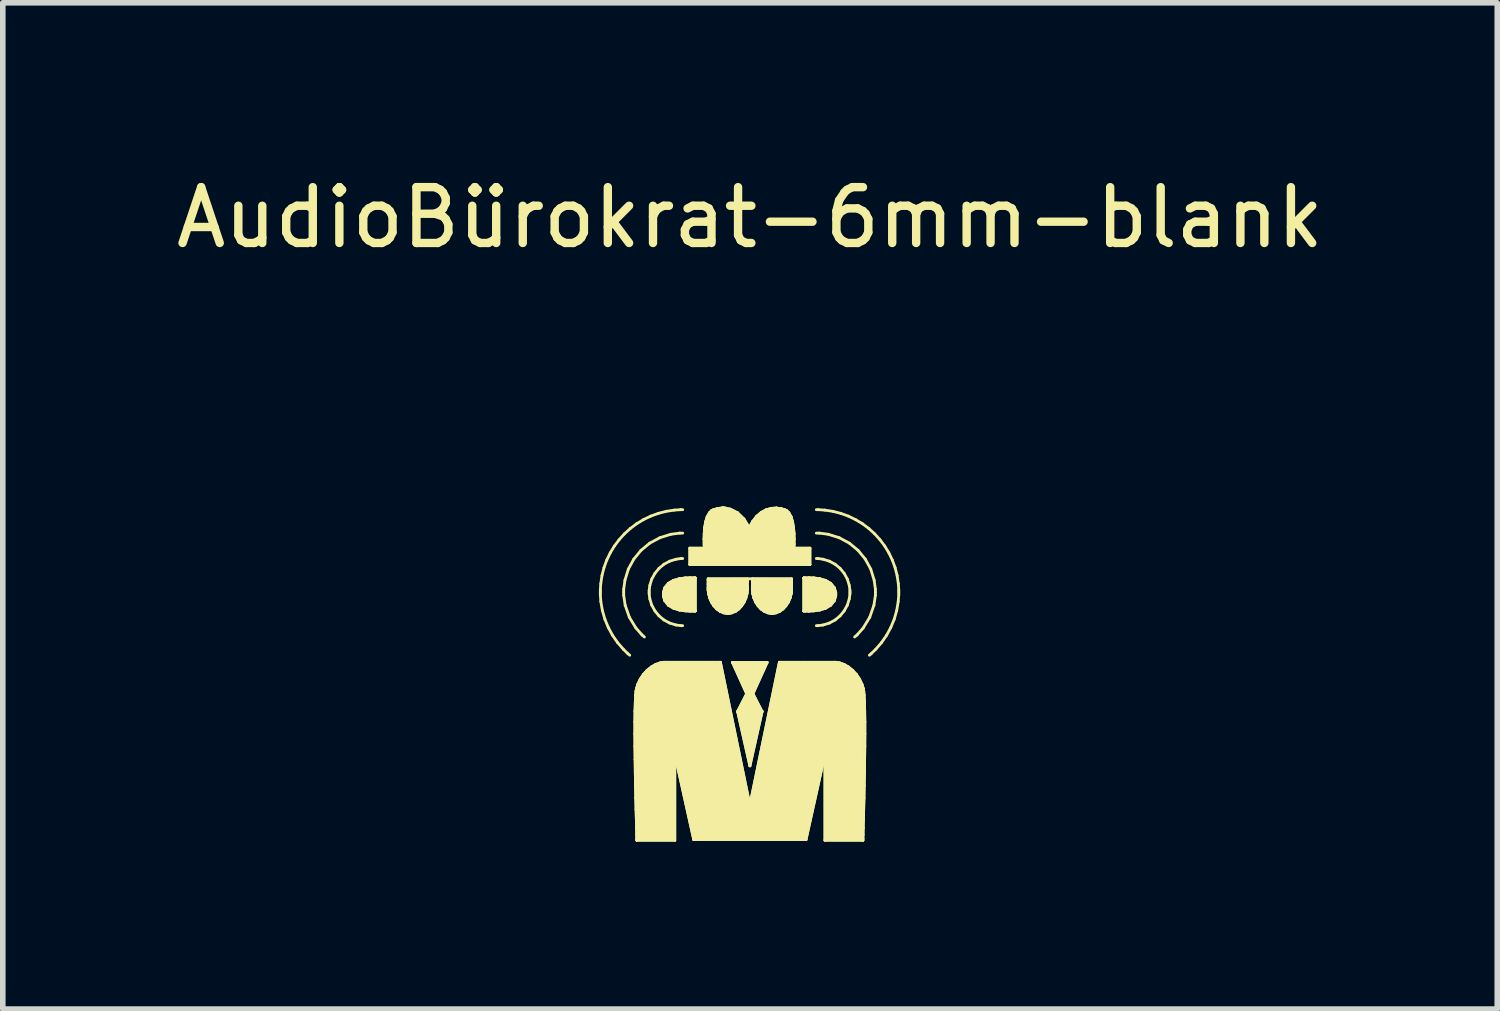
<source format=kicad_pcb>
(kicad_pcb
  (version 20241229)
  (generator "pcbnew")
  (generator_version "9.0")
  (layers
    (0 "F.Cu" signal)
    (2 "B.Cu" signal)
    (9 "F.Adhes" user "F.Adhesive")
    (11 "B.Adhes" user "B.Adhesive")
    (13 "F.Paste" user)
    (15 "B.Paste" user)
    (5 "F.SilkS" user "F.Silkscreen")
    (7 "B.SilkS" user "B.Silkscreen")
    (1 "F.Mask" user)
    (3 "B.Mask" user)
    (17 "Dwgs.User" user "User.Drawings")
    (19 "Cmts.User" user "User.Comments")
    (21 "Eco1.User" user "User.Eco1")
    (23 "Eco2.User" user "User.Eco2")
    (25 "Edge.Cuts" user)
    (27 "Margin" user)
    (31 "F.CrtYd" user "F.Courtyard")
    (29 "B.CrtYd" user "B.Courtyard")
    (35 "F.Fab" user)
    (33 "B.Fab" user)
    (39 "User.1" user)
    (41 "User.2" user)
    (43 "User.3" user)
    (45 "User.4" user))
  (footprint "AudioBürokrat-6mm-blank"
    (layer "F.Cu")
    (at 10.387 9.738)
    (property "Reference" "AudioBürokrat-6mm-blank" (at 0 -8.89 0) (layer "F.SilkS") (effects (font (size 1 1) (thickness 0.15))))
    (attr through_hole)
    (fp_line (start -2.682 -2.218) (end -2.674 -2.331) (stroke (width 0.05) (type solid)) (layer "F.SilkS"))
    (fp_line (start -2.682 -2.18) (end -2.682 -2.218) (stroke (width 0.05) (type solid)) (layer "F.SilkS"))
    (fp_line (start -2.682 -2.138) (end -2.682 -2.18) (stroke (width 0.05) (type solid)) (layer "F.SilkS"))
    (fp_line (start -2.674 -2.331) (end -2.652 -2.478) (stroke (width 0.05) (type solid)) (layer "F.SilkS"))
    (fp_line (start -2.673 -2.012) (end -2.682 -2.138) (stroke (width 0.05) (type solid)) (layer "F.SilkS"))
    (fp_line (start -2.652 -2.478) (end -2.616 -2.619) (stroke (width 0.05) (type solid)) (layer "F.SilkS"))
    (fp_line (start -2.645 -1.85) (end -2.673 -2.012) (stroke (width 0.05) (type solid)) (layer "F.SilkS"))
    (fp_line (start -2.616 -2.619) (end -2.566 -2.755) (stroke (width 0.05) (type solid)) (layer "F.SilkS"))
    (fp_line (start -2.6 -1.694) (end -2.645 -1.85) (stroke (width 0.05) (type solid)) (layer "F.SilkS"))
    (fp_line (start -2.566 -2.755) (end -2.504 -2.884) (stroke (width 0.05) (type solid)) (layer "F.SilkS"))
    (fp_line (start -2.539 -1.546) (end -2.6 -1.694) (stroke (width 0.05) (type solid)) (layer "F.SilkS"))
    (fp_line (start -2.504 -2.884) (end -2.43 -3.006) (stroke (width 0.05) (type solid)) (layer "F.SilkS"))
    (fp_line (start -2.463 -1.406) (end -2.539 -1.546) (stroke (width 0.05) (type solid)) (layer "F.SilkS"))
    (fp_line (start -2.43 -3.006) (end -2.345 -3.119) (stroke (width 0.05) (type solid)) (layer "F.SilkS"))
    (fp_line (start -2.373 -1.276) (end -2.463 -1.406) (stroke (width 0.05) (type solid)) (layer "F.SilkS"))
    (fp_line (start -2.345 -3.119) (end -2.25 -3.224) (stroke (width 0.05) (type solid)) (layer "F.SilkS"))
    (fp_line (start -2.27 -1.157) (end -2.373 -1.276) (stroke (width 0.05) (type solid)) (layer "F.SilkS"))
    (fp_line (start -2.263 -2.233) (end -2.241 -2.393) (stroke (width 0.05) (type solid)) (layer "F.SilkS"))
    (fp_line (start -2.263 -2.18) (end -2.263 -2.233) (stroke (width 0.05) (type solid)) (layer "F.SilkS"))
    (fp_line (start -2.263 -2.122) (end -2.263 -2.18) (stroke (width 0.05) (type solid)) (layer "F.SilkS"))
    (fp_line (start -2.25 -3.224) (end -2.145 -3.32) (stroke (width 0.05) (type solid)) (layer "F.SilkS"))
    (fp_line (start -2.241 -2.393) (end -2.18 -2.592) (stroke (width 0.05) (type solid)) (layer "F.SilkS"))
    (fp_line (start -2.237 -1.946) (end -2.263 -2.122) (stroke (width 0.05) (type solid)) (layer "F.SilkS"))
    (fp_line (start -2.185 -1.074) (end -2.27 -1.157) (stroke (width 0.05) (type solid)) (layer "F.SilkS"))
    (fp_line (start -2.18 -2.592) (end -2.082 -2.771) (stroke (width 0.05) (type solid)) (layer "F.SilkS"))
    (fp_line (start -2.162 -1.73) (end -2.237 -1.946) (stroke (width 0.05) (type solid)) (layer "F.SilkS"))
    (fp_line (start -2.155 -1.049) (end -2.185 -1.074) (stroke (width 0.05) (type solid)) (layer "F.SilkS"))
    (fp_line (start -2.145 -3.32) (end -2.031 -3.405) (stroke (width 0.05) (type solid)) (layer "F.SilkS"))
    (fp_line (start -2.082 -2.771) (end -1.953 -2.928) (stroke (width 0.05) (type solid)) (layer "F.SilkS"))
    (fp_line (start -2.062 0.356) (end -2.061 0.582) (stroke (width 0.05) (type solid)) (layer "F.SilkS"))
    (fp_line (start -2.062 0.356) (end -2.061 0.582) (stroke (width 0.05) (type solid)) (layer "F.SilkS"))
    (fp_line (start -2.062 0.145) (end -2.062 0.356) (stroke (width 0.05) (type solid)) (layer "F.SilkS"))
    (fp_line (start -2.062 0.145) (end -2.062 0.356) (stroke (width 0.05) (type solid)) (layer "F.SilkS"))
    (fp_line (start -2.061 0.582) (end -2.058 0.816) (stroke (width 0.05) (type solid)) (layer "F.SilkS"))
    (fp_line (start -2.061 0.582) (end -2.058 0.816) (stroke (width 0.05) (type solid)) (layer "F.SilkS"))
    (fp_line (start -2.06 -0.045) (end -2.062 0.145) (stroke (width 0.05) (type solid)) (layer "F.SilkS"))
    (fp_line (start -2.06 -0.045) (end -2.062 0.145) (stroke (width 0.05) (type solid)) (layer "F.SilkS"))
    (fp_line (start -2.058 0.816) (end -2.055 1.052) (stroke (width 0.05) (type solid)) (layer "F.SilkS"))
    (fp_line (start -2.058 0.816) (end -2.055 1.052) (stroke (width 0.05) (type solid)) (layer "F.SilkS"))
    (fp_line (start -2.055 -0.207) (end -2.06 -0.045) (stroke (width 0.05) (type solid)) (layer "F.SilkS"))
    (fp_line (start -2.055 -0.207) (end -2.06 -0.045) (stroke (width 0.05) (type solid)) (layer "F.SilkS"))
    (fp_line (start -2.055 1.052) (end -2.051 1.285) (stroke (width 0.05) (type solid)) (layer "F.SilkS"))
    (fp_line (start -2.055 1.052) (end -2.051 1.285) (stroke (width 0.05) (type solid)) (layer "F.SilkS"))
    (fp_line (start -2.051 1.285) (end -2.046 1.507) (stroke (width 0.05) (type solid)) (layer "F.SilkS"))
    (fp_line (start -2.051 1.285) (end -2.046 1.507) (stroke (width 0.05) (type solid)) (layer "F.SilkS"))
    (fp_line (start -2.048 -0.336) (end -2.055 -0.207) (stroke (width 0.05) (type solid)) (layer "F.SilkS"))
    (fp_line (start -2.048 -0.336) (end -2.055 -0.207) (stroke (width 0.05) (type solid)) (layer "F.SilkS"))
    (fp_line (start -2.046 1.507) (end -2.041 1.712) (stroke (width 0.05) (type solid)) (layer "F.SilkS"))
    (fp_line (start -2.046 1.507) (end -2.041 1.712) (stroke (width 0.05) (type solid)) (layer "F.SilkS"))
    (fp_line (start -2.045 -1.538) (end -2.162 -1.73) (stroke (width 0.05) (type solid)) (layer "F.SilkS"))
    (fp_line (start -2.042 -0.402) (end -2.048 -0.336) (stroke (width 0.05) (type solid)) (layer "F.SilkS"))
    (fp_line (start -2.042 -0.402) (end -2.048 -0.336) (stroke (width 0.05) (type solid)) (layer "F.SilkS"))
    (fp_line (start -2.041 1.712) (end -2.036 1.894) (stroke (width 0.05) (type solid)) (layer "F.SilkS"))
    (fp_line (start -2.041 1.712) (end -2.036 1.894) (stroke (width 0.05) (type solid)) (layer "F.SilkS"))
    (fp_line (start -2.038 -0.424) (end -2.042 -0.402) (stroke (width 0.05) (type solid)) (layer "F.SilkS"))
    (fp_line (start -2.038 -0.424) (end -2.042 -0.402) (stroke (width 0.05) (type solid)) (layer "F.SilkS"))
    (fp_line (start -2.036 1.894) (end -2.032 2.047) (stroke (width 0.05) (type solid)) (layer "F.SilkS"))
    (fp_line (start -2.036 1.894) (end -2.032 2.047) (stroke (width 0.05) (type solid)) (layer "F.SilkS"))
    (fp_line (start -2.034 -0.45) (end -2.038 -0.424) (stroke (width 0.05) (type solid)) (layer "F.SilkS"))
    (fp_line (start -2.034 -0.45) (end -2.038 -0.424) (stroke (width 0.05) (type solid)) (layer "F.SilkS"))
    (fp_line (start -2.032 2.047) (end -2.029 2.164) (stroke (width 0.05) (type solid)) (layer "F.SilkS"))
    (fp_line (start -2.032 2.047) (end -2.029 2.164) (stroke (width 0.05) (type solid)) (layer "F.SilkS"))
    (fp_line (start -2.031 -3.405) (end -1.91 -3.478) (stroke (width 0.05) (type solid)) (layer "F.SilkS"))
    (fp_line (start -2.029 2.164) (end -2.027 2.238) (stroke (width 0.05) (type solid)) (layer "F.SilkS"))
    (fp_line (start -2.029 2.164) (end -2.027 2.238) (stroke (width 0.05) (type solid)) (layer "F.SilkS"))
    (fp_line (start -2.027 2.238) (end -2.026 2.265) (stroke (width 0.05) (type solid)) (layer "F.SilkS"))
    (fp_line (start -2.027 2.238) (end -2.026 2.265) (stroke (width 0.05) (type solid)) (layer "F.SilkS"))
    (fp_line (start -2.026 2.265) (end -2.026 2.265) (stroke (width 0.05) (type solid)) (layer "F.SilkS"))
    (fp_line (start -2.026 2.265) (end -2.026 2.265) (stroke (width 0.05) (type solid)) (layer "F.SilkS"))
    (fp_line (start -2.026 2.265) (end -1.348 2.265) (stroke (width 0.05) (type solid)) (layer "F.SilkS"))
    (fp_line (start -2.026 2.265) (end -1.348 2.265) (stroke (width 0.05) (type solid)) (layer "F.SilkS"))
    (fp_line (start -2.011 -0.525) (end -2.034 -0.45) (stroke (width 0.05) (type solid)) (layer "F.SilkS"))
    (fp_line (start -2.011 -0.525) (end -2.034 -0.45) (stroke (width 0.05) (type solid)) (layer "F.SilkS"))
    (fp_line (start -1.967 -0.619) (end -2.011 -0.525) (stroke (width 0.05) (type solid)) (layer "F.SilkS"))
    (fp_line (start -1.967 -0.619) (end -2.011 -0.525) (stroke (width 0.05) (type solid)) (layer "F.SilkS"))
    (fp_line (start -1.953 -2.928) (end -1.797 -3.057) (stroke (width 0.05) (type solid)) (layer "F.SilkS"))
    (fp_line (start -1.934 -1.412) (end -2.045 -1.538) (stroke (width 0.05) (type solid)) (layer "F.SilkS"))
    (fp_line (start -1.91 -0.704) (end -1.967 -0.619) (stroke (width 0.05) (type solid)) (layer "F.SilkS"))
    (fp_line (start -1.91 -0.704) (end -1.967 -0.619) (stroke (width 0.05) (type solid)) (layer "F.SilkS"))
    (fp_line (start -1.91 -3.478) (end -1.78 -3.541) (stroke (width 0.05) (type solid)) (layer "F.SilkS"))
    (fp_line (start -1.892 -1.376) (end -1.934 -1.412) (stroke (width 0.05) (type solid)) (layer "F.SilkS"))
    (fp_line (start -1.843 -0.778) (end -1.91 -0.704) (stroke (width 0.05) (type solid)) (layer "F.SilkS"))
    (fp_line (start -1.843 -0.778) (end -1.91 -0.704) (stroke (width 0.05) (type solid)) (layer "F.SilkS"))
    (fp_line (start -1.807 -2.21) (end -1.795 -2.301) (stroke (width 0.05) (type solid)) (layer "F.SilkS"))
    (fp_line (start -1.807 -2.18) (end -1.807 -2.21) (stroke (width 0.05) (type solid)) (layer "F.SilkS"))
    (fp_line (start -1.807 -2.15) (end -1.807 -2.18) (stroke (width 0.05) (type solid)) (layer "F.SilkS"))
    (fp_line (start -1.797 -3.057) (end -1.617 -3.154) (stroke (width 0.05) (type solid)) (layer "F.SilkS"))
    (fp_line (start -1.795 -2.301) (end -1.76 -2.414) (stroke (width 0.05) (type solid)) (layer "F.SilkS"))
    (fp_line (start -1.795 -2.059) (end -1.807 -2.15) (stroke (width 0.05) (type solid)) (layer "F.SilkS"))
    (fp_line (start -1.78 -3.541) (end -1.645 -3.59) (stroke (width 0.05) (type solid)) (layer "F.SilkS"))
    (fp_line (start -1.767 -0.838) (end -1.843 -0.778) (stroke (width 0.05) (type solid)) (layer "F.SilkS"))
    (fp_line (start -1.767 -0.838) (end -1.843 -0.778) (stroke (width 0.05) (type solid)) (layer "F.SilkS"))
    (fp_line (start -1.76 -2.414) (end -1.704 -2.516) (stroke (width 0.05) (type solid)) (layer "F.SilkS"))
    (fp_line (start -1.76 -1.946) (end -1.795 -2.059) (stroke (width 0.05) (type solid)) (layer "F.SilkS"))
    (fp_line (start -1.704 -2.516) (end -1.631 -2.605) (stroke (width 0.05) (type solid)) (layer "F.SilkS"))
    (fp_line (start -1.704 -1.844) (end -1.76 -1.946) (stroke (width 0.05) (type solid)) (layer "F.SilkS"))
    (fp_line (start -1.688 -0.884) (end -1.767 -0.838) (stroke (width 0.05) (type solid)) (layer "F.SilkS"))
    (fp_line (start -1.688 -0.884) (end -1.767 -0.838) (stroke (width 0.05) (type solid)) (layer "F.SilkS"))
    (fp_line (start -1.645 -3.59) (end -1.503 -3.627) (stroke (width 0.05) (type solid)) (layer "F.SilkS"))
    (fp_line (start -1.631 -2.605) (end -1.542 -2.679) (stroke (width 0.05) (type solid)) (layer "F.SilkS"))
    (fp_line (start -1.631 -1.755) (end -1.704 -1.844) (stroke (width 0.05) (type solid)) (layer "F.SilkS"))
    (fp_line (start -1.617 -3.154) (end -1.419 -3.216) (stroke (width 0.05) (type solid)) (layer "F.SilkS"))
    (fp_line (start -1.607 -0.912) (end -1.688 -0.884) (stroke (width 0.05) (type solid)) (layer "F.SilkS"))
    (fp_line (start -1.607 -0.912) (end -1.688 -0.884) (stroke (width 0.05) (type solid)) (layer "F.SilkS"))
    (fp_line (start -1.552 -2.171) (end -1.527 -2.256) (stroke (width 0.05) (type solid)) (layer "F.SilkS"))
    (fp_line (start -1.552 -2.171) (end -1.527 -2.256) (stroke (width 0.05) (type solid)) (layer "F.SilkS"))
    (fp_line (start -1.552 -2.142) (end -1.552 -2.171) (stroke (width 0.05) (type solid)) (layer "F.SilkS"))
    (fp_line (start -1.552 -2.142) (end -1.552 -2.171) (stroke (width 0.05) (type solid)) (layer "F.SilkS"))
    (fp_line (start -1.552 -2.114) (end -1.552 -2.142) (stroke (width 0.05) (type solid)) (layer "F.SilkS"))
    (fp_line (start -1.552 -2.114) (end -1.552 -2.142) (stroke (width 0.05) (type solid)) (layer "F.SilkS"))
    (fp_line (start -1.548 -0.922) (end -1.607 -0.912) (stroke (width 0.05) (type solid)) (layer "F.SilkS"))
    (fp_line (start -1.548 -0.922) (end -1.607 -0.912) (stroke (width 0.05) (type solid)) (layer "F.SilkS"))
    (fp_line (start -1.542 -2.679) (end -1.44 -2.734) (stroke (width 0.05) (type solid)) (layer "F.SilkS"))
    (fp_line (start -1.542 -1.681) (end -1.631 -1.755) (stroke (width 0.05) (type solid)) (layer "F.SilkS"))
    (fp_line (start -1.528 -0.922) (end -1.548 -0.922) (stroke (width 0.05) (type solid)) (layer "F.SilkS"))
    (fp_line (start -1.528 -0.922) (end -1.548 -0.922) (stroke (width 0.05) (type solid)) (layer "F.SilkS"))
    (fp_line (start -1.527 -2.256) (end -1.463 -2.336) (stroke (width 0.05) (type solid)) (layer "F.SilkS"))
    (fp_line (start -1.527 -2.256) (end -1.463 -2.336) (stroke (width 0.05) (type solid)) (layer "F.SilkS"))
    (fp_line (start -1.527 -2.028) (end -1.552 -2.114) (stroke (width 0.05) (type solid)) (layer "F.SilkS"))
    (fp_line (start -1.527 -2.028) (end -1.552 -2.114) (stroke (width 0.05) (type solid)) (layer "F.SilkS"))
    (fp_line (start -1.505 -0.922) (end -1.528 -0.922) (stroke (width 0.05) (type solid)) (layer "F.SilkS"))
    (fp_line (start -1.505 -0.922) (end -1.528 -0.922) (stroke (width 0.05) (type solid)) (layer "F.SilkS"))
    (fp_line (start -1.503 -3.627) (end -1.357 -3.649) (stroke (width 0.05) (type solid)) (layer "F.SilkS"))
    (fp_line (start -1.463 -2.336) (end -1.371 -2.389) (stroke (width 0.05) (type solid)) (layer "F.SilkS"))
    (fp_line (start -1.463 -2.336) (end -1.371 -2.389) (stroke (width 0.05) (type solid)) (layer "F.SilkS"))
    (fp_line (start -1.463 -1.947) (end -1.527 -2.028) (stroke (width 0.05) (type solid)) (layer "F.SilkS"))
    (fp_line (start -1.463 -1.947) (end -1.527 -2.028) (stroke (width 0.05) (type solid)) (layer "F.SilkS"))
    (fp_line (start -1.44 -2.734) (end -1.327 -2.769) (stroke (width 0.05) (type solid)) (layer "F.SilkS"))
    (fp_line (start -1.44 -1.626) (end -1.542 -1.681) (stroke (width 0.05) (type solid)) (layer "F.SilkS"))
    (fp_line (start -1.437 -0.922) (end -1.505 -0.922) (stroke (width 0.05) (type solid)) (layer "F.SilkS"))
    (fp_line (start -1.437 -0.922) (end -1.505 -0.922) (stroke (width 0.05) (type solid)) (layer "F.SilkS"))
    (fp_line (start -1.419 -3.216) (end -1.259 -3.237) (stroke (width 0.05) (type solid)) (layer "F.SilkS"))
    (fp_line (start -1.371 -2.389) (end -1.266 -2.419) (stroke (width 0.05) (type solid)) (layer "F.SilkS"))
    (fp_line (start -1.371 -2.389) (end -1.266 -2.419) (stroke (width 0.05) (type solid)) (layer "F.SilkS"))
    (fp_line (start -1.371 -1.893) (end -1.463 -1.947) (stroke (width 0.05) (type solid)) (layer "F.SilkS"))
    (fp_line (start -1.371 -1.893) (end -1.463 -1.947) (stroke (width 0.05) (type solid)) (layer "F.SilkS"))
    (fp_line (start -1.357 -3.649) (end -1.243 -3.657) (stroke (width 0.05) (type solid)) (layer "F.SilkS"))
    (fp_line (start -1.348 0.718) (end -1.008 2.253) (stroke (width 0.05) (type solid)) (layer "F.SilkS"))
    (fp_line (start -1.348 0.718) (end -1.008 2.253) (stroke (width 0.05) (type solid)) (layer "F.SilkS"))
    (fp_line (start -1.348 2.265) (end -1.348 0.718) (stroke (width 0.05) (type solid)) (layer "F.SilkS"))
    (fp_line (start -1.348 2.265) (end -1.348 0.718) (stroke (width 0.05) (type solid)) (layer "F.SilkS"))
    (fp_line (start -1.327 -2.769) (end -1.236 -2.782) (stroke (width 0.05) (type solid)) (layer "F.SilkS"))
    (fp_line (start -1.327 -1.591) (end -1.44 -1.626) (stroke (width 0.05) (type solid)) (layer "F.SilkS"))
    (fp_line (start -1.302 -0.922) (end -1.437 -0.922) (stroke (width 0.05) (type solid)) (layer "F.SilkS"))
    (fp_line (start -1.302 -0.922) (end -1.437 -0.922) (stroke (width 0.05) (type solid)) (layer "F.SilkS"))
    (fp_line (start -1.266 -2.419) (end -1.161 -2.433) (stroke (width 0.05) (type solid)) (layer "F.SilkS"))
    (fp_line (start -1.266 -2.419) (end -1.161 -2.433) (stroke (width 0.05) (type solid)) (layer "F.SilkS"))
    (fp_line (start -1.266 -1.86) (end -1.371 -1.893) (stroke (width 0.05) (type solid)) (layer "F.SilkS"))
    (fp_line (start -1.266 -1.86) (end -1.371 -1.893) (stroke (width 0.05) (type solid)) (layer "F.SilkS"))
    (fp_line (start -1.259 -3.237) (end -1.206 -3.237) (stroke (width 0.05) (type solid)) (layer "F.SilkS"))
    (fp_line (start -1.243 -3.657) (end -1.206 -3.657) (stroke (width 0.05) (type solid)) (layer "F.SilkS"))
    (fp_line (start -1.236 -2.782) (end -1.206 -2.782) (stroke (width 0.05) (type solid)) (layer "F.SilkS"))
    (fp_line (start -1.236 -1.579) (end -1.327 -1.591) (stroke (width 0.05) (type solid)) (layer "F.SilkS"))
    (fp_line (start -1.206 -1.579) (end -1.236 -1.579) (stroke (width 0.05) (type solid)) (layer "F.SilkS"))
    (fp_line (start -1.161 -2.433) (end -1.07 -2.436) (stroke (width 0.05) (type solid)) (layer "F.SilkS"))
    (fp_line (start -1.161 -2.433) (end -1.07 -2.436) (stroke (width 0.05) (type solid)) (layer "F.SilkS"))
    (fp_line (start -1.161 -1.845) (end -1.266 -1.86) (stroke (width 0.05) (type solid)) (layer "F.SilkS"))
    (fp_line (start -1.161 -1.845) (end -1.266 -1.86) (stroke (width 0.05) (type solid)) (layer "F.SilkS"))
    (fp_line (start -1.139 -0.922) (end -1.302 -0.922) (stroke (width 0.05) (type solid)) (layer "F.SilkS"))
    (fp_line (start -1.139 -0.922) (end -1.302 -0.922) (stroke (width 0.05) (type solid)) (layer "F.SilkS"))
    (fp_line (start -1.078 -2.967) (end -1.078 -2.675) (stroke (width 0.05) (type solid)) (layer "F.SilkS"))
    (fp_line (start -1.078 -2.967) (end -1.078 -2.675) (stroke (width 0.05) (type solid)) (layer "F.SilkS"))
    (fp_line (start -1.078 -2.675) (end 1.073 -2.675) (stroke (width 0.05) (type solid)) (layer "F.SilkS"))
    (fp_line (start -1.078 -2.675) (end 1.073 -2.675) (stroke (width 0.05) (type solid)) (layer "F.SilkS"))
    (fp_line (start -1.07 -2.436) (end -1.005 -2.434) (stroke (width 0.05) (type solid)) (layer "F.SilkS"))
    (fp_line (start -1.07 -2.436) (end -1.005 -2.434) (stroke (width 0.05) (type solid)) (layer "F.SilkS"))
    (fp_line (start -1.07 -1.84) (end -1.161 -1.845) (stroke (width 0.05) (type solid)) (layer "F.SilkS"))
    (fp_line (start -1.07 -1.84) (end -1.161 -1.845) (stroke (width 0.05) (type solid)) (layer "F.SilkS"))
    (fp_line (start -1.008 2.253) (end -0.003 2.253) (stroke (width 0.05) (type solid)) (layer "F.SilkS"))
    (fp_line (start -1.008 2.253) (end -0.003 2.253) (stroke (width 0.05) (type solid)) (layer "F.SilkS"))
    (fp_line (start -1.005 -2.434) (end -0.981 -2.432) (stroke (width 0.05) (type solid)) (layer "F.SilkS"))
    (fp_line (start -1.005 -2.434) (end -0.981 -2.432) (stroke (width 0.05) (type solid)) (layer "F.SilkS"))
    (fp_line (start -1.005 -1.841) (end -1.07 -1.84) (stroke (width 0.05) (type solid)) (layer "F.SilkS"))
    (fp_line (start -1.005 -1.841) (end -1.07 -1.84) (stroke (width 0.05) (type solid)) (layer "F.SilkS"))
    (fp_line (start -0.981 -2.432) (end -0.981 -2.432) (stroke (width 0.05) (type solid)) (layer "F.SilkS"))
    (fp_line (start -0.981 -2.432) (end -0.981 -2.432) (stroke (width 0.05) (type solid)) (layer "F.SilkS"))
    (fp_line (start -0.981 -2.432) (end -0.981 -2.432) (stroke (width 0.05) (type solid)) (layer "F.SilkS"))
    (fp_line (start -0.981 -2.432) (end -0.981 -2.432) (stroke (width 0.05) (type solid)) (layer "F.SilkS"))
    (fp_line (start -0.981 -2.432) (end -0.981 -1.843) (stroke (width 0.05) (type solid)) (layer "F.SilkS"))
    (fp_line (start -0.981 -2.432) (end -0.981 -1.843) (stroke (width 0.05) (type solid)) (layer "F.SilkS"))
    (fp_line (start -0.981 -1.843) (end -1.005 -1.841) (stroke (width 0.05) (type solid)) (layer "F.SilkS"))
    (fp_line (start -0.981 -1.843) (end -1.005 -1.841) (stroke (width 0.05) (type solid)) (layer "F.SilkS"))
    (fp_line (start -0.981 -1.843) (end -0.981 -1.843) (stroke (width 0.05) (type solid)) (layer "F.SilkS"))
    (fp_line (start -0.981 -1.843) (end -0.981 -1.843) (stroke (width 0.05) (type solid)) (layer "F.SilkS"))
    (fp_line (start -0.967 -0.922) (end -1.139 -0.922) (stroke (width 0.05) (type solid)) (layer "F.SilkS"))
    (fp_line (start -0.967 -0.922) (end -1.139 -0.922) (stroke (width 0.05) (type solid)) (layer "F.SilkS"))
    (fp_line (start -0.823 -3.128) (end -0.821 -3.038) (stroke (width 0.05) (type solid)) (layer "F.SilkS"))
    (fp_line (start -0.823 -3.128) (end -0.821 -3.038) (stroke (width 0.05) (type solid)) (layer "F.SilkS"))
    (fp_line (start -0.821 -3.038) (end -0.819 -2.984) (stroke (width 0.05) (type solid)) (layer "F.SilkS"))
    (fp_line (start -0.821 -3.038) (end -0.819 -2.984) (stroke (width 0.05) (type solid)) (layer "F.SilkS"))
    (fp_line (start -0.82 -3.229) (end -0.823 -3.128) (stroke (width 0.05) (type solid)) (layer "F.SilkS"))
    (fp_line (start -0.82 -3.229) (end -0.823 -3.128) (stroke (width 0.05) (type solid)) (layer "F.SilkS"))
    (fp_line (start -0.819 -2.984) (end -0.818 -2.967) (stroke (width 0.05) (type solid)) (layer "F.SilkS"))
    (fp_line (start -0.819 -2.984) (end -0.818 -2.967) (stroke (width 0.05) (type solid)) (layer "F.SilkS"))
    (fp_line (start -0.818 -2.967) (end -1.078 -2.967) (stroke (width 0.05) (type solid)) (layer "F.SilkS"))
    (fp_line (start -0.818 -2.967) (end -1.078 -2.967) (stroke (width 0.05) (type solid)) (layer "F.SilkS"))
    (fp_line (start -0.812 -3.335) (end -0.82 -3.229) (stroke (width 0.05) (type solid)) (layer "F.SilkS"))
    (fp_line (start -0.812 -3.335) (end -0.82 -3.229) (stroke (width 0.05) (type solid)) (layer "F.SilkS"))
    (fp_line (start -0.802 -0.922) (end -0.967 -0.922) (stroke (width 0.05) (type solid)) (layer "F.SilkS"))
    (fp_line (start -0.802 -0.922) (end -0.967 -0.922) (stroke (width 0.05) (type solid)) (layer "F.SilkS"))
    (fp_line (start -0.795 -3.438) (end -0.812 -3.335) (stroke (width 0.05) (type solid)) (layer "F.SilkS"))
    (fp_line (start -0.795 -3.438) (end -0.812 -3.335) (stroke (width 0.05) (type solid)) (layer "F.SilkS"))
    (fp_line (start -0.767 -3.529) (end -0.795 -3.438) (stroke (width 0.05) (type solid)) (layer "F.SilkS"))
    (fp_line (start -0.767 -3.529) (end -0.795 -3.438) (stroke (width 0.05) (type solid)) (layer "F.SilkS"))
    (fp_line (start -0.75 -2.259) (end -0.75 -2.323) (stroke (width 0.05) (type solid)) (layer "F.SilkS"))
    (fp_line (start -0.75 -2.259) (end -0.75 -2.323) (stroke (width 0.05) (type solid)) (layer "F.SilkS"))
    (fp_line (start -0.75 -2.238) (end -0.75 -2.259) (stroke (width 0.05) (type solid)) (layer "F.SilkS"))
    (fp_line (start -0.75 -2.238) (end -0.75 -2.259) (stroke (width 0.05) (type solid)) (layer "F.SilkS"))
    (fp_line (start -0.75 -2.217) (end -0.75 -2.238) (stroke (width 0.05) (type solid)) (layer "F.SilkS"))
    (fp_line (start -0.75 -2.217) (end -0.75 -2.238) (stroke (width 0.05) (type solid)) (layer "F.SilkS"))
    (fp_line (start -0.75 -2.323) (end -0.75 -2.392) (stroke (width 0.05) (type solid)) (layer "F.SilkS"))
    (fp_line (start -0.75 -2.323) (end -0.75 -2.392) (stroke (width 0.05) (type solid)) (layer "F.SilkS"))
    (fp_line (start -0.75 -2.415) (end -0.048 -2.416) (stroke (width 0.05) (type solid)) (layer "F.SilkS"))
    (fp_line (start -0.75 -2.392) (end -0.75 -2.415) (stroke (width 0.05) (type solid)) (layer "F.SilkS"))
    (fp_line (start -0.75 -2.392) (end -0.75 -2.415) (stroke (width 0.05) (type solid)) (layer "F.SilkS"))
    (fp_line (start -0.743 -2.155) (end -0.75 -2.217) (stroke (width 0.05) (type solid)) (layer "F.SilkS"))
    (fp_line (start -0.743 -2.155) (end -0.75 -2.217) (stroke (width 0.05) (type solid)) (layer "F.SilkS"))
    (fp_line (start -0.727 -3.6) (end -0.767 -3.529) (stroke (width 0.05) (type solid)) (layer "F.SilkS"))
    (fp_line (start -0.727 -3.6) (end -0.767 -3.529) (stroke (width 0.05) (type solid)) (layer "F.SilkS"))
    (fp_line (start -0.722 -2.075) (end -0.743 -2.155) (stroke (width 0.05) (type solid)) (layer "F.SilkS"))
    (fp_line (start -0.722 -2.075) (end -0.743 -2.155) (stroke (width 0.05) (type solid)) (layer "F.SilkS"))
    (fp_line (start -0.69 -2.001) (end -0.722 -2.075) (stroke (width 0.05) (type solid)) (layer "F.SilkS"))
    (fp_line (start -0.69 -2.001) (end -0.722 -2.075) (stroke (width 0.05) (type solid)) (layer "F.SilkS"))
    (fp_line (start -0.688 -3.639) (end -0.727 -3.6) (stroke (width 0.05) (type solid)) (layer "F.SilkS"))
    (fp_line (start -0.688 -3.639) (end -0.727 -3.6) (stroke (width 0.05) (type solid)) (layer "F.SilkS"))
    (fp_line (start -0.672 -3.646) (end -0.688 -3.639) (stroke (width 0.05) (type solid)) (layer "F.SilkS"))
    (fp_line (start -0.672 -3.646) (end -0.688 -3.639) (stroke (width 0.05) (type solid)) (layer "F.SilkS"))
    (fp_line (start -0.663 -0.922) (end -0.802 -0.922) (stroke (width 0.05) (type solid)) (layer "F.SilkS"))
    (fp_line (start -0.663 -0.922) (end -0.802 -0.922) (stroke (width 0.05) (type solid)) (layer "F.SilkS"))
    (fp_line (start -0.658 -3.653) (end -0.672 -3.646) (stroke (width 0.05) (type solid)) (layer "F.SilkS"))
    (fp_line (start -0.658 -3.653) (end -0.672 -3.646) (stroke (width 0.05) (type solid)) (layer "F.SilkS"))
    (fp_line (start -0.647 -1.935) (end -0.69 -2.001) (stroke (width 0.05) (type solid)) (layer "F.SilkS"))
    (fp_line (start -0.647 -1.935) (end -0.69 -2.001) (stroke (width 0.05) (type solid)) (layer "F.SilkS"))
    (fp_line (start -0.595 -1.879) (end -0.647 -1.935) (stroke (width 0.05) (type solid)) (layer "F.SilkS"))
    (fp_line (start -0.595 -1.879) (end -0.647 -1.935) (stroke (width 0.05) (type solid)) (layer "F.SilkS"))
    (fp_line (start -0.581 -3.677) (end -0.658 -3.653) (stroke (width 0.05) (type solid)) (layer "F.SilkS"))
    (fp_line (start -0.581 -3.677) (end -0.658 -3.653) (stroke (width 0.05) (type solid)) (layer "F.SilkS"))
    (fp_line (start -0.567 -0.922) (end -0.663 -0.922) (stroke (width 0.05) (type solid)) (layer "F.SilkS"))
    (fp_line (start -0.567 -0.922) (end -0.663 -0.922) (stroke (width 0.05) (type solid)) (layer "F.SilkS"))
    (fp_line (start -0.535 -1.836) (end -0.595 -1.879) (stroke (width 0.05) (type solid)) (layer "F.SilkS"))
    (fp_line (start -0.535 -1.836) (end -0.595 -1.879) (stroke (width 0.05) (type solid)) (layer "F.SilkS"))
    (fp_line (start -0.531 -0.922) (end -0.567 -0.922) (stroke (width 0.05) (type solid)) (layer "F.SilkS"))
    (fp_line (start -0.531 -0.922) (end -0.567 -0.922) (stroke (width 0.05) (type solid)) (layer "F.SilkS"))
    (fp_line (start -0.531 -0.922) (end -0.531 -0.922) (stroke (width 0.05) (type solid)) (layer "F.SilkS"))
    (fp_line (start -0.531 -0.922) (end -0.531 -0.922) (stroke (width 0.05) (type solid)) (layer "F.SilkS"))
    (fp_line (start -0.499 -3.687) (end -0.581 -3.677) (stroke (width 0.05) (type solid)) (layer "F.SilkS"))
    (fp_line (start -0.499 -3.687) (end -0.581 -3.677) (stroke (width 0.05) (type solid)) (layer "F.SilkS"))
    (fp_line (start -0.482 -3.687) (end -0.499 -3.687) (stroke (width 0.05) (type solid)) (layer "F.SilkS"))
    (fp_line (start -0.482 -3.687) (end -0.499 -3.687) (stroke (width 0.05) (type solid)) (layer "F.SilkS"))
    (fp_line (start -0.482 -3.687) (end -0.482 -3.687) (stroke (width 0.05) (type solid)) (layer "F.SilkS"))
    (fp_line (start -0.482 -3.687) (end -0.482 -3.687) (stroke (width 0.05) (type solid)) (layer "F.SilkS"))
    (fp_line (start -0.469 -1.809) (end -0.535 -1.836) (stroke (width 0.05) (type solid)) (layer "F.SilkS"))
    (fp_line (start -0.469 -1.809) (end -0.535 -1.836) (stroke (width 0.05) (type solid)) (layer "F.SilkS"))
    (fp_line (start -0.449 -3.686) (end -0.482 -3.687) (stroke (width 0.05) (type solid)) (layer "F.SilkS"))
    (fp_line (start -0.449 -3.686) (end -0.482 -3.687) (stroke (width 0.05) (type solid)) (layer "F.SilkS"))
    (fp_line (start -0.416 -1.799) (end -0.469 -1.809) (stroke (width 0.05) (type solid)) (layer "F.SilkS"))
    (fp_line (start -0.416 -1.799) (end -0.469 -1.809) (stroke (width 0.05) (type solid)) (layer "F.SilkS"))
    (fp_line (start -0.398 -1.799) (end -0.416 -1.799) (stroke (width 0.05) (type solid)) (layer "F.SilkS"))
    (fp_line (start -0.398 -1.799) (end -0.416 -1.799) (stroke (width 0.05) (type solid)) (layer "F.SilkS"))
    (fp_line (start -0.381 -1.799) (end -0.398 -1.799) (stroke (width 0.05) (type solid)) (layer "F.SilkS"))
    (fp_line (start -0.381 -1.799) (end -0.398 -1.799) (stroke (width 0.05) (type solid)) (layer "F.SilkS"))
    (fp_line (start -0.352 -3.665) (end -0.449 -3.686) (stroke (width 0.05) (type solid)) (layer "F.SilkS"))
    (fp_line (start -0.352 -3.665) (end -0.449 -3.686) (stroke (width 0.05) (type solid)) (layer "F.SilkS"))
    (fp_line (start -0.328 -1.809) (end -0.381 -1.799) (stroke (width 0.05) (type solid)) (layer "F.SilkS"))
    (fp_line (start -0.328 -1.809) (end -0.381 -1.799) (stroke (width 0.05) (type solid)) (layer "F.SilkS"))
    (fp_line (start -0.313 -0.92) (end -0.313 -0.92) (stroke (width 0.05) (type solid)) (layer "F.SilkS"))
    (fp_line (start -0.313 -0.92) (end -0.313 -0.92) (stroke (width 0.05) (type solid)) (layer "F.SilkS"))
    (fp_line (start -0.313 -0.92) (end -0.004 -0.238) (stroke (width 0.05) (type solid)) (layer "F.SilkS"))
    (fp_line (start -0.313 -0.92) (end -0.004 -0.238) (stroke (width 0.05) (type solid)) (layer "F.SilkS"))
    (fp_line (start -0.262 -1.836) (end -0.328 -1.809) (stroke (width 0.05) (type solid)) (layer "F.SilkS"))
    (fp_line (start -0.262 -1.836) (end -0.328 -1.809) (stroke (width 0.05) (type solid)) (layer "F.SilkS"))
    (fp_line (start -0.225 -3.601) (end -0.352 -3.665) (stroke (width 0.05) (type solid)) (layer "F.SilkS"))
    (fp_line (start -0.225 -3.601) (end -0.352 -3.665) (stroke (width 0.05) (type solid)) (layer "F.SilkS"))
    (fp_line (start -0.222 -0.04) (end -0.221 -0.04) (stroke (width 0.05) (type solid)) (layer "F.SilkS"))
    (fp_line (start -0.222 -0.04) (end -0.221 -0.04) (stroke (width 0.05) (type solid)) (layer "F.SilkS"))
    (fp_line (start -0.221 -0.04) (end -0.002 0.932) (stroke (width 0.05) (type solid)) (layer "F.SilkS"))
    (fp_line (start -0.221 -0.04) (end -0.002 0.932) (stroke (width 0.05) (type solid)) (layer "F.SilkS"))
    (fp_line (start -0.202 -1.879) (end -0.262 -1.836) (stroke (width 0.05) (type solid)) (layer "F.SilkS"))
    (fp_line (start -0.202 -1.879) (end -0.262 -1.836) (stroke (width 0.05) (type solid)) (layer "F.SilkS"))
    (fp_line (start -0.15 -1.935) (end -0.202 -1.879) (stroke (width 0.05) (type solid)) (layer "F.SilkS"))
    (fp_line (start -0.15 -1.935) (end -0.202 -1.879) (stroke (width 0.05) (type solid)) (layer "F.SilkS"))
    (fp_line (start -0.11 -3.489) (end -0.225 -3.601) (stroke (width 0.05) (type solid)) (layer "F.SilkS"))
    (fp_line (start -0.11 -3.489) (end -0.225 -3.601) (stroke (width 0.05) (type solid)) (layer "F.SilkS"))
    (fp_line (start -0.107 -2.001) (end -0.15 -1.935) (stroke (width 0.05) (type solid)) (layer "F.SilkS"))
    (fp_line (start -0.107 -2.001) (end -0.15 -1.935) (stroke (width 0.05) (type solid)) (layer "F.SilkS"))
    (fp_line (start -0.075 -2.075) (end -0.107 -2.001) (stroke (width 0.05) (type solid)) (layer "F.SilkS"))
    (fp_line (start -0.075 -2.075) (end -0.107 -2.001) (stroke (width 0.05) (type solid)) (layer "F.SilkS"))
    (fp_line (start -0.054 -2.155) (end -0.075 -2.075) (stroke (width 0.05) (type solid)) (layer "F.SilkS"))
    (fp_line (start -0.054 -2.155) (end -0.075 -2.075) (stroke (width 0.05) (type solid)) (layer "F.SilkS"))
    (fp_line (start -0.048 -2.416) (end -0.048 -2.371) (stroke (width 0.05) (type solid)) (layer "F.SilkS"))
    (fp_line (start -0.048 -2.416) (end -0.048 -2.371) (stroke (width 0.05) (type solid)) (layer "F.SilkS"))
    (fp_line (start -0.048 -2.371) (end -0.047 -2.271) (stroke (width 0.05) (type solid)) (layer "F.SilkS"))
    (fp_line (start -0.048 -2.371) (end -0.047 -2.271) (stroke (width 0.05) (type solid)) (layer "F.SilkS"))
    (fp_line (start -0.047 -2.271) (end -0.047 -2.238) (stroke (width 0.05) (type solid)) (layer "F.SilkS"))
    (fp_line (start -0.047 -2.271) (end -0.047 -2.238) (stroke (width 0.05) (type solid)) (layer "F.SilkS"))
    (fp_line (start -0.047 -2.238) (end -0.047 -2.217) (stroke (width 0.05) (type solid)) (layer "F.SilkS"))
    (fp_line (start -0.047 -2.238) (end -0.047 -2.217) (stroke (width 0.05) (type solid)) (layer "F.SilkS"))
    (fp_line (start -0.047 -2.217) (end -0.054 -2.155) (stroke (width 0.05) (type solid)) (layer "F.SilkS"))
    (fp_line (start -0.047 -2.217) (end -0.054 -2.155) (stroke (width 0.05) (type solid)) (layer "F.SilkS"))
    (fp_line (start -0.035 -3.367) (end -0.11 -3.489) (stroke (width 0.05) (type solid)) (layer "F.SilkS"))
    (fp_line (start -0.035 -3.367) (end -0.11 -3.489) (stroke (width 0.05) (type solid)) (layer "F.SilkS"))
    (fp_line (start -0.016 -3.323) (end -0.035 -3.367) (stroke (width 0.05) (type solid)) (layer "F.SilkS"))
    (fp_line (start -0.016 -3.323) (end -0.035 -3.367) (stroke (width 0.05) (type solid)) (layer "F.SilkS"))
    (fp_line (start -0.004 -0.468) (end -0.222 -0.04) (stroke (width 0.05) (type solid)) (layer "F.SilkS"))
    (fp_line (start -0.004 -0.468) (end -0.222 -0.04) (stroke (width 0.05) (type solid)) (layer "F.SilkS"))
    (fp_line (start -0.004 -0.238) (end -0.004 -0.238) (stroke (width 0.05) (type solid)) (layer "F.SilkS"))
    (fp_line (start -0.004 -0.238) (end -0.004 -0.238) (stroke (width 0.05) (type solid)) (layer "F.SilkS"))
    (fp_line (start -0.004 -0.238) (end 0.306 -0.92) (stroke (width 0.05) (type solid)) (layer "F.SilkS"))
    (fp_line (start -0.004 -0.238) (end 0.306 -0.92) (stroke (width 0.05) (type solid)) (layer "F.SilkS"))
    (fp_line (start -0.003 -3.354) (end -0.016 -3.323) (stroke (width 0.05) (type solid)) (layer "F.SilkS"))
    (fp_line (start -0.003 -3.354) (end -0.016 -3.323) (stroke (width 0.05) (type solid)) (layer "F.SilkS"))
    (fp_line (start -0.003 1.639) (end -0.531 -0.922) (stroke (width 0.05) (type solid)) (layer "F.SilkS"))
    (fp_line (start -0.003 1.639) (end -0.531 -0.922) (stroke (width 0.05) (type solid)) (layer "F.SilkS"))
    (fp_line (start -0.003 2.253) (end -0.003 2.252) (stroke (width 0.05) (type solid)) (layer "F.SilkS"))
    (fp_line (start -0.003 2.253) (end -0.003 2.252) (stroke (width 0.05) (type solid)) (layer "F.SilkS"))
    (fp_line (start -0.003 1.639) (end -0.003 1.639) (stroke (width 0.05) (type solid)) (layer "F.SilkS"))
    (fp_line (start -0.003 1.639) (end -0.003 1.639) (stroke (width 0.05) (type solid)) (layer "F.SilkS"))
    (fp_line (start -0.003 1.639) (end -0.003 1.639) (stroke (width 0.05) (type solid)) (layer "F.SilkS"))
    (fp_line (start -0.003 1.639) (end -0.003 1.639) (stroke (width 0.05) (type solid)) (layer "F.SilkS"))
    (fp_line (start -0.003 2.252) (end -0.003 2.253) (stroke (width 0.05) (type solid)) (layer "F.SilkS"))
    (fp_line (start -0.003 2.252) (end -0.003 2.253) (stroke (width 0.05) (type solid)) (layer "F.SilkS"))
    (fp_line (start -0.003 2.253) (end 1.003 2.253) (stroke (width 0.05) (type solid)) (layer "F.SilkS"))
    (fp_line (start -0.003 2.253) (end 1.003 2.253) (stroke (width 0.05) (type solid)) (layer "F.SilkS"))
    (fp_line (start -0.002 0.932) (end 0.216 -0.042) (stroke (width 0.05) (type solid)) (layer "F.SilkS"))
    (fp_line (start -0.002 0.932) (end 0.216 -0.042) (stroke (width 0.05) (type solid)) (layer "F.SilkS"))
    (fp_line (start 0.042 -2.271) (end 0.042 -2.238) (stroke (width 0.05) (type solid)) (layer "F.SilkS"))
    (fp_line (start 0.042 -2.271) (end 0.042 -2.238) (stroke (width 0.05) (type solid)) (layer "F.SilkS"))
    (fp_line (start 0.042 -2.238) (end 0.042 -2.217) (stroke (width 0.05) (type solid)) (layer "F.SilkS"))
    (fp_line (start 0.042 -2.238) (end 0.042 -2.217) (stroke (width 0.05) (type solid)) (layer "F.SilkS"))
    (fp_line (start 0.042 -2.217) (end 0.049 -2.155) (stroke (width 0.05) (type solid)) (layer "F.SilkS"))
    (fp_line (start 0.042 -2.217) (end 0.049 -2.155) (stroke (width 0.05) (type solid)) (layer "F.SilkS"))
    (fp_line (start 0.043 -2.416) (end 0.043 -2.371) (stroke (width 0.05) (type solid)) (layer "F.SilkS"))
    (fp_line (start 0.043 -2.416) (end 0.043 -2.371) (stroke (width 0.05) (type solid)) (layer "F.SilkS"))
    (fp_line (start 0.043 -2.371) (end 0.042 -2.271) (stroke (width 0.05) (type solid)) (layer "F.SilkS"))
    (fp_line (start 0.043 -2.371) (end 0.042 -2.271) (stroke (width 0.05) (type solid)) (layer "F.SilkS"))
    (fp_line (start 0.047 -3.444) (end -0.003 -3.354) (stroke (width 0.05) (type solid)) (layer "F.SilkS"))
    (fp_line (start 0.047 -3.444) (end -0.003 -3.354) (stroke (width 0.05) (type solid)) (layer "F.SilkS"))
    (fp_line (start 0.049 -2.155) (end 0.07 -2.075) (stroke (width 0.05) (type solid)) (layer "F.SilkS"))
    (fp_line (start 0.049 -2.155) (end 0.07 -2.075) (stroke (width 0.05) (type solid)) (layer "F.SilkS"))
    (fp_line (start 0.07 -2.075) (end 0.102 -2.001) (stroke (width 0.05) (type solid)) (layer "F.SilkS"))
    (fp_line (start 0.07 -2.075) (end 0.102 -2.001) (stroke (width 0.05) (type solid)) (layer "F.SilkS"))
    (fp_line (start 0.102 -2.001) (end 0.145 -1.935) (stroke (width 0.05) (type solid)) (layer "F.SilkS"))
    (fp_line (start 0.102 -2.001) (end 0.145 -1.935) (stroke (width 0.05) (type solid)) (layer "F.SilkS"))
    (fp_line (start 0.121 -3.539) (end 0.047 -3.444) (stroke (width 0.05) (type solid)) (layer "F.SilkS"))
    (fp_line (start 0.121 -3.539) (end 0.047 -3.444) (stroke (width 0.05) (type solid)) (layer "F.SilkS"))
    (fp_line (start 0.145 -1.935) (end 0.197 -1.879) (stroke (width 0.05) (type solid)) (layer "F.SilkS"))
    (fp_line (start 0.145 -1.935) (end 0.197 -1.879) (stroke (width 0.05) (type solid)) (layer "F.SilkS"))
    (fp_line (start 0.197 -1.879) (end 0.257 -1.836) (stroke (width 0.05) (type solid)) (layer "F.SilkS"))
    (fp_line (start 0.197 -1.879) (end 0.257 -1.836) (stroke (width 0.05) (type solid)) (layer "F.SilkS"))
    (fp_line (start 0.203 -3.608) (end 0.121 -3.539) (stroke (width 0.05) (type solid)) (layer "F.SilkS"))
    (fp_line (start 0.203 -3.608) (end 0.121 -3.539) (stroke (width 0.05) (type solid)) (layer "F.SilkS"))
    (fp_line (start 0.214 -0.042) (end -0.004 -0.468) (stroke (width 0.05) (type solid)) (layer "F.SilkS"))
    (fp_line (start 0.214 -0.042) (end -0.004 -0.468) (stroke (width 0.05) (type solid)) (layer "F.SilkS"))
    (fp_line (start 0.216 -0.042) (end 0.214 -0.042) (stroke (width 0.05) (type solid)) (layer "F.SilkS"))
    (fp_line (start 0.216 -0.042) (end 0.214 -0.042) (stroke (width 0.05) (type solid)) (layer "F.SilkS"))
    (fp_line (start 0.257 -1.836) (end 0.323 -1.809) (stroke (width 0.05) (type solid)) (layer "F.SilkS"))
    (fp_line (start 0.257 -1.836) (end 0.323 -1.809) (stroke (width 0.05) (type solid)) (layer "F.SilkS"))
    (fp_line (start 0.291 -3.655) (end 0.203 -3.608) (stroke (width 0.05) (type solid)) (layer "F.SilkS"))
    (fp_line (start 0.291 -3.655) (end 0.203 -3.608) (stroke (width 0.05) (type solid)) (layer "F.SilkS"))
    (fp_line (start 0.306 -0.92) (end -0.313 -0.92) (stroke (width 0.05) (type solid)) (layer "F.SilkS"))
    (fp_line (start 0.306 -0.92) (end -0.313 -0.92) (stroke (width 0.05) (type solid)) (layer "F.SilkS"))
    (fp_line (start 0.323 -1.809) (end 0.376 -1.799) (stroke (width 0.05) (type solid)) (layer "F.SilkS"))
    (fp_line (start 0.323 -1.809) (end 0.376 -1.799) (stroke (width 0.05) (type solid)) (layer "F.SilkS"))
    (fp_line (start 0.376 -1.799) (end 0.393 -1.799) (stroke (width 0.05) (type solid)) (layer "F.SilkS"))
    (fp_line (start 0.376 -1.799) (end 0.393 -1.799) (stroke (width 0.05) (type solid)) (layer "F.SilkS"))
    (fp_line (start 0.382 -3.68) (end 0.291 -3.655) (stroke (width 0.05) (type solid)) (layer "F.SilkS"))
    (fp_line (start 0.382 -3.68) (end 0.291 -3.655) (stroke (width 0.05) (type solid)) (layer "F.SilkS"))
    (fp_line (start 0.393 -1.799) (end 0.411 -1.799) (stroke (width 0.05) (type solid)) (layer "F.SilkS"))
    (fp_line (start 0.393 -1.799) (end 0.411 -1.799) (stroke (width 0.05) (type solid)) (layer "F.SilkS"))
    (fp_line (start 0.411 -1.799) (end 0.464 -1.809) (stroke (width 0.05) (type solid)) (layer "F.SilkS"))
    (fp_line (start 0.411 -1.799) (end 0.464 -1.809) (stroke (width 0.05) (type solid)) (layer "F.SilkS"))
    (fp_line (start 0.464 -1.809) (end 0.53 -1.836) (stroke (width 0.05) (type solid)) (layer "F.SilkS"))
    (fp_line (start 0.464 -1.809) (end 0.53 -1.836) (stroke (width 0.05) (type solid)) (layer "F.SilkS"))
    (fp_line (start 0.472 -3.686) (end 0.382 -3.68) (stroke (width 0.05) (type solid)) (layer "F.SilkS"))
    (fp_line (start 0.472 -3.686) (end 0.382 -3.68) (stroke (width 0.05) (type solid)) (layer "F.SilkS"))
    (fp_line (start 0.526 -0.922) (end -0.003 1.639) (stroke (width 0.05) (type solid)) (layer "F.SilkS"))
    (fp_line (start 0.526 -0.922) (end -0.003 1.639) (stroke (width 0.05) (type solid)) (layer "F.SilkS"))
    (fp_line (start 0.526 -0.922) (end 0.526 -0.922) (stroke (width 0.05) (type solid)) (layer "F.SilkS"))
    (fp_line (start 0.526 -0.922) (end 0.526 -0.922) (stroke (width 0.05) (type solid)) (layer "F.SilkS"))
    (fp_line (start 0.53 -1.836) (end 0.59 -1.879) (stroke (width 0.05) (type solid)) (layer "F.SilkS"))
    (fp_line (start 0.53 -1.836) (end 0.59 -1.879) (stroke (width 0.05) (type solid)) (layer "F.SilkS"))
    (fp_line (start 0.559 -3.674) (end 0.472 -3.686) (stroke (width 0.05) (type solid)) (layer "F.SilkS"))
    (fp_line (start 0.559 -3.674) (end 0.472 -3.686) (stroke (width 0.05) (type solid)) (layer "F.SilkS"))
    (fp_line (start 0.562 -0.922) (end 0.526 -0.922) (stroke (width 0.05) (type solid)) (layer "F.SilkS"))
    (fp_line (start 0.562 -0.922) (end 0.526 -0.922) (stroke (width 0.05) (type solid)) (layer "F.SilkS"))
    (fp_line (start 0.59 -1.879) (end 0.642 -1.935) (stroke (width 0.05) (type solid)) (layer "F.SilkS"))
    (fp_line (start 0.59 -1.879) (end 0.642 -1.935) (stroke (width 0.05) (type solid)) (layer "F.SilkS"))
    (fp_line (start 0.62 -3.655) (end 0.559 -3.674) (stroke (width 0.05) (type solid)) (layer "F.SilkS"))
    (fp_line (start 0.62 -3.655) (end 0.559 -3.674) (stroke (width 0.05) (type solid)) (layer "F.SilkS"))
    (fp_line (start 0.64 -3.646) (end 0.62 -3.655) (stroke (width 0.05) (type solid)) (layer "F.SilkS"))
    (fp_line (start 0.64 -3.646) (end 0.62 -3.655) (stroke (width 0.05) (type solid)) (layer "F.SilkS"))
    (fp_line (start 0.642 -1.935) (end 0.685 -2.001) (stroke (width 0.05) (type solid)) (layer "F.SilkS"))
    (fp_line (start 0.642 -1.935) (end 0.685 -2.001) (stroke (width 0.05) (type solid)) (layer "F.SilkS"))
    (fp_line (start 0.655 -3.639) (end 0.64 -3.646) (stroke (width 0.05) (type solid)) (layer "F.SilkS"))
    (fp_line (start 0.655 -3.639) (end 0.64 -3.646) (stroke (width 0.05) (type solid)) (layer "F.SilkS"))
    (fp_line (start 0.658 -0.922) (end 0.562 -0.922) (stroke (width 0.05) (type solid)) (layer "F.SilkS"))
    (fp_line (start 0.658 -0.922) (end 0.562 -0.922) (stroke (width 0.05) (type solid)) (layer "F.SilkS"))
    (fp_line (start 0.685 -2.001) (end 0.717 -2.075) (stroke (width 0.05) (type solid)) (layer "F.SilkS"))
    (fp_line (start 0.685 -2.001) (end 0.717 -2.075) (stroke (width 0.05) (type solid)) (layer "F.SilkS"))
    (fp_line (start 0.695 -3.6) (end 0.655 -3.639) (stroke (width 0.05) (type solid)) (layer "F.SilkS"))
    (fp_line (start 0.695 -3.6) (end 0.655 -3.639) (stroke (width 0.05) (type solid)) (layer "F.SilkS"))
    (fp_line (start 0.717 -2.075) (end 0.738 -2.155) (stroke (width 0.05) (type solid)) (layer "F.SilkS"))
    (fp_line (start 0.717 -2.075) (end 0.738 -2.155) (stroke (width 0.05) (type solid)) (layer "F.SilkS"))
    (fp_line (start 0.735 -3.529) (end 0.695 -3.6) (stroke (width 0.05) (type solid)) (layer "F.SilkS"))
    (fp_line (start 0.735 -3.529) (end 0.695 -3.6) (stroke (width 0.05) (type solid)) (layer "F.SilkS"))
    (fp_line (start 0.738 -2.155) (end 0.745 -2.217) (stroke (width 0.05) (type solid)) (layer "F.SilkS"))
    (fp_line (start 0.738 -2.155) (end 0.745 -2.217) (stroke (width 0.05) (type solid)) (layer "F.SilkS"))
    (fp_line (start 0.745 -2.415) (end 0.043 -2.416) (stroke (width 0.05) (type solid)) (layer "F.SilkS"))
    (fp_line (start 0.745 -2.392) (end 0.745 -2.415) (stroke (width 0.05) (type solid)) (layer "F.SilkS"))
    (fp_line (start 0.745 -2.392) (end 0.745 -2.415) (stroke (width 0.05) (type solid)) (layer "F.SilkS"))
    (fp_line (start 0.745 -2.323) (end 0.745 -2.392) (stroke (width 0.05) (type solid)) (layer "F.SilkS"))
    (fp_line (start 0.745 -2.323) (end 0.745 -2.392) (stroke (width 0.05) (type solid)) (layer "F.SilkS"))
    (fp_line (start 0.745 -2.42) (end -0.75 -2.42) (stroke (width 0.05) (type solid)) (layer "F.SilkS"))
    (fp_line (start 0.745 -2.259) (end 0.745 -2.323) (stroke (width 0.05) (type solid)) (layer "F.SilkS"))
    (fp_line (start 0.745 -2.259) (end 0.745 -2.323) (stroke (width 0.05) (type solid)) (layer "F.SilkS"))
    (fp_line (start 0.745 -2.238) (end 0.745 -2.259) (stroke (width 0.05) (type solid)) (layer "F.SilkS"))
    (fp_line (start 0.745 -2.238) (end 0.745 -2.259) (stroke (width 0.05) (type solid)) (layer "F.SilkS"))
    (fp_line (start 0.745 -2.217) (end 0.745 -2.238) (stroke (width 0.05) (type solid)) (layer "F.SilkS"))
    (fp_line (start 0.745 -2.217) (end 0.745 -2.238) (stroke (width 0.05) (type solid)) (layer "F.SilkS"))
    (fp_line (start 0.762 -3.438) (end 0.735 -3.529) (stroke (width 0.05) (type solid)) (layer "F.SilkS"))
    (fp_line (start 0.762 -3.438) (end 0.735 -3.529) (stroke (width 0.05) (type solid)) (layer "F.SilkS"))
    (fp_line (start 0.779 -3.335) (end 0.762 -3.438) (stroke (width 0.05) (type solid)) (layer "F.SilkS"))
    (fp_line (start 0.779 -3.335) (end 0.762 -3.438) (stroke (width 0.05) (type solid)) (layer "F.SilkS"))
    (fp_line (start 0.785 -2.967) (end 0.786 -2.984) (stroke (width 0.05) (type solid)) (layer "F.SilkS"))
    (fp_line (start 0.785 -2.967) (end 0.786 -2.984) (stroke (width 0.05) (type solid)) (layer "F.SilkS"))
    (fp_line (start 0.786 -2.984) (end 0.789 -3.038) (stroke (width 0.05) (type solid)) (layer "F.SilkS"))
    (fp_line (start 0.786 -2.984) (end 0.789 -3.038) (stroke (width 0.05) (type solid)) (layer "F.SilkS"))
    (fp_line (start 0.788 -3.229) (end 0.779 -3.335) (stroke (width 0.05) (type solid)) (layer "F.SilkS"))
    (fp_line (start 0.788 -3.229) (end 0.779 -3.335) (stroke (width 0.05) (type solid)) (layer "F.SilkS"))
    (fp_line (start 0.789 -3.038) (end 0.79 -3.128) (stroke (width 0.05) (type solid)) (layer "F.SilkS"))
    (fp_line (start 0.789 -3.038) (end 0.79 -3.128) (stroke (width 0.05) (type solid)) (layer "F.SilkS"))
    (fp_line (start 0.79 -3.128) (end 0.788 -3.229) (stroke (width 0.05) (type solid)) (layer "F.SilkS"))
    (fp_line (start 0.79 -3.128) (end 0.788 -3.229) (stroke (width 0.05) (type solid)) (layer "F.SilkS"))
    (fp_line (start 0.797 -0.922) (end 0.658 -0.922) (stroke (width 0.05) (type solid)) (layer "F.SilkS"))
    (fp_line (start 0.797 -0.922) (end 0.658 -0.922) (stroke (width 0.05) (type solid)) (layer "F.SilkS"))
    (fp_line (start 0.962 -0.922) (end 0.797 -0.922) (stroke (width 0.05) (type solid)) (layer "F.SilkS"))
    (fp_line (start 0.962 -0.922) (end 0.797 -0.922) (stroke (width 0.05) (type solid)) (layer "F.SilkS"))
    (fp_line (start 0.964 -2.432) (end 0.964 -2.432) (stroke (width 0.05) (type solid)) (layer "F.SilkS"))
    (fp_line (start 0.964 -2.432) (end 0.964 -2.432) (stroke (width 0.05) (type solid)) (layer "F.SilkS"))
    (fp_line (start 0.964 -2.432) (end 0.964 -2.432) (stroke (width 0.05) (type solid)) (layer "F.SilkS"))
    (fp_line (start 0.964 -2.432) (end 0.964 -2.432) (stroke (width 0.05) (type solid)) (layer "F.SilkS"))
    (fp_line (start 0.964 -2.432) (end 0.964 -1.843) (stroke (width 0.05) (type solid)) (layer "F.SilkS"))
    (fp_line (start 0.964 -2.432) (end 0.964 -1.843) (stroke (width 0.05) (type solid)) (layer "F.SilkS"))
    (fp_line (start 0.964 -1.843) (end 0.964 -1.843) (stroke (width 0.05) (type solid)) (layer "F.SilkS"))
    (fp_line (start 0.964 -1.843) (end 0.964 -1.843) (stroke (width 0.05) (type solid)) (layer "F.SilkS"))
    (fp_line (start 0.964 -1.843) (end 0.988 -1.841) (stroke (width 0.05) (type solid)) (layer "F.SilkS"))
    (fp_line (start 0.964 -1.843) (end 0.988 -1.841) (stroke (width 0.05) (type solid)) (layer "F.SilkS"))
    (fp_line (start 0.988 -2.434) (end 0.964 -2.432) (stroke (width 0.05) (type solid)) (layer "F.SilkS"))
    (fp_line (start 0.988 -2.434) (end 0.964 -2.432) (stroke (width 0.05) (type solid)) (layer "F.SilkS"))
    (fp_line (start 0.988 -1.841) (end 1.053 -1.84) (stroke (width 0.05) (type solid)) (layer "F.SilkS"))
    (fp_line (start 0.988 -1.841) (end 1.053 -1.84) (stroke (width 0.05) (type solid)) (layer "F.SilkS"))
    (fp_line (start 1.003 2.253) (end 1.343 0.718) (stroke (width 0.05) (type solid)) (layer "F.SilkS"))
    (fp_line (start 1.003 2.253) (end 1.343 0.718) (stroke (width 0.05) (type solid)) (layer "F.SilkS"))
    (fp_line (start 1.053 -2.436) (end 0.988 -2.434) (stroke (width 0.05) (type solid)) (layer "F.SilkS"))
    (fp_line (start 1.053 -2.436) (end 0.988 -2.434) (stroke (width 0.05) (type solid)) (layer "F.SilkS"))
    (fp_line (start 1.053 -1.84) (end 1.144 -1.845) (stroke (width 0.05) (type solid)) (layer "F.SilkS"))
    (fp_line (start 1.053 -1.84) (end 1.144 -1.845) (stroke (width 0.05) (type solid)) (layer "F.SilkS"))
    (fp_line (start 1.073 -2.967) (end 0.785 -2.967) (stroke (width 0.05) (type solid)) (layer "F.SilkS"))
    (fp_line (start 1.073 -2.967) (end 0.785 -2.967) (stroke (width 0.05) (type solid)) (layer "F.SilkS"))
    (fp_line (start 1.073 -2.675) (end 1.073 -2.967) (stroke (width 0.05) (type solid)) (layer "F.SilkS"))
    (fp_line (start 1.073 -2.675) (end 1.073 -2.967) (stroke (width 0.05) (type solid)) (layer "F.SilkS"))
    (fp_line (start 1.134 -0.922) (end 0.962 -0.922) (stroke (width 0.05) (type solid)) (layer "F.SilkS"))
    (fp_line (start 1.134 -0.922) (end 0.962 -0.922) (stroke (width 0.05) (type solid)) (layer "F.SilkS"))
    (fp_line (start 1.144 -2.433) (end 1.053 -2.436) (stroke (width 0.05) (type solid)) (layer "F.SilkS"))
    (fp_line (start 1.144 -2.433) (end 1.053 -2.436) (stroke (width 0.05) (type solid)) (layer "F.SilkS"))
    (fp_line (start 1.144 -1.845) (end 1.249 -1.86) (stroke (width 0.05) (type solid)) (layer "F.SilkS"))
    (fp_line (start 1.144 -1.845) (end 1.249 -1.86) (stroke (width 0.05) (type solid)) (layer "F.SilkS"))
    (fp_line (start 1.188 -1.579) (end 1.219 -1.579) (stroke (width 0.05) (type solid)) (layer "F.SilkS"))
    (fp_line (start 1.219 -2.782) (end 1.188 -2.782) (stroke (width 0.05) (type solid)) (layer "F.SilkS"))
    (fp_line (start 1.219 -1.579) (end 1.31 -1.591) (stroke (width 0.05) (type solid)) (layer "F.SilkS"))
    (fp_line (start 1.226 -3.657) (end 1.188 -3.657) (stroke (width 0.05) (type solid)) (layer "F.SilkS"))
    (fp_line (start 1.242 -3.237) (end 1.188 -3.237) (stroke (width 0.05) (type solid)) (layer "F.SilkS"))
    (fp_line (start 1.249 -2.419) (end 1.144 -2.433) (stroke (width 0.05) (type solid)) (layer "F.SilkS"))
    (fp_line (start 1.249 -2.419) (end 1.144 -2.433) (stroke (width 0.05) (type solid)) (layer "F.SilkS"))
    (fp_line (start 1.249 -1.86) (end 1.354 -1.893) (stroke (width 0.05) (type solid)) (layer "F.SilkS"))
    (fp_line (start 1.249 -1.86) (end 1.354 -1.893) (stroke (width 0.05) (type solid)) (layer "F.SilkS"))
    (fp_line (start 1.296 -0.922) (end 1.134 -0.922) (stroke (width 0.05) (type solid)) (layer "F.SilkS"))
    (fp_line (start 1.296 -0.922) (end 1.134 -0.922) (stroke (width 0.05) (type solid)) (layer "F.SilkS"))
    (fp_line (start 1.31 -2.769) (end 1.219 -2.782) (stroke (width 0.05) (type solid)) (layer "F.SilkS"))
    (fp_line (start 1.31 -1.591) (end 1.423 -1.626) (stroke (width 0.05) (type solid)) (layer "F.SilkS"))
    (fp_line (start 1.339 -3.649) (end 1.226 -3.657) (stroke (width 0.05) (type solid)) (layer "F.SilkS"))
    (fp_line (start 1.343 0.718) (end 1.343 2.265) (stroke (width 0.05) (type solid)) (layer "F.SilkS"))
    (fp_line (start 1.343 0.718) (end 1.343 2.265) (stroke (width 0.05) (type solid)) (layer "F.SilkS"))
    (fp_line (start 1.343 2.265) (end 2.021 2.265) (stroke (width 0.05) (type solid)) (layer "F.SilkS"))
    (fp_line (start 1.343 2.265) (end 2.021 2.265) (stroke (width 0.05) (type solid)) (layer "F.SilkS"))
    (fp_line (start 1.354 -2.389) (end 1.249 -2.419) (stroke (width 0.05) (type solid)) (layer "F.SilkS"))
    (fp_line (start 1.354 -2.389) (end 1.249 -2.419) (stroke (width 0.05) (type solid)) (layer "F.SilkS"))
    (fp_line (start 1.354 -1.893) (end 1.445 -1.947) (stroke (width 0.05) (type solid)) (layer "F.SilkS"))
    (fp_line (start 1.354 -1.893) (end 1.445 -1.947) (stroke (width 0.05) (type solid)) (layer "F.SilkS"))
    (fp_line (start 1.402 -3.216) (end 1.242 -3.237) (stroke (width 0.05) (type solid)) (layer "F.SilkS"))
    (fp_line (start 1.423 -2.734) (end 1.31 -2.769) (stroke (width 0.05) (type solid)) (layer "F.SilkS"))
    (fp_line (start 1.423 -1.626) (end 1.525 -1.681) (stroke (width 0.05) (type solid)) (layer "F.SilkS"))
    (fp_line (start 1.432 -0.922) (end 1.296 -0.922) (stroke (width 0.05) (type solid)) (layer "F.SilkS"))
    (fp_line (start 1.432 -0.922) (end 1.296 -0.922) (stroke (width 0.05) (type solid)) (layer "F.SilkS"))
    (fp_line (start 1.445 -2.336) (end 1.354 -2.389) (stroke (width 0.05) (type solid)) (layer "F.SilkS"))
    (fp_line (start 1.445 -2.336) (end 1.354 -2.389) (stroke (width 0.05) (type solid)) (layer "F.SilkS"))
    (fp_line (start 1.445 -1.947) (end 1.51 -2.028) (stroke (width 0.05) (type solid)) (layer "F.SilkS"))
    (fp_line (start 1.445 -1.947) (end 1.51 -2.028) (stroke (width 0.05) (type solid)) (layer "F.SilkS"))
    (fp_line (start 1.486 -3.627) (end 1.339 -3.649) (stroke (width 0.05) (type solid)) (layer "F.SilkS"))
    (fp_line (start 1.5 -0.922) (end 1.432 -0.922) (stroke (width 0.05) (type solid)) (layer "F.SilkS"))
    (fp_line (start 1.5 -0.922) (end 1.432 -0.922) (stroke (width 0.05) (type solid)) (layer "F.SilkS"))
    (fp_line (start 1.51 -2.256) (end 1.445 -2.336) (stroke (width 0.05) (type solid)) (layer "F.SilkS"))
    (fp_line (start 1.51 -2.256) (end 1.445 -2.336) (stroke (width 0.05) (type solid)) (layer "F.SilkS"))
    (fp_line (start 1.51 -2.028) (end 1.535 -2.114) (stroke (width 0.05) (type solid)) (layer "F.SilkS"))
    (fp_line (start 1.51 -2.028) (end 1.535 -2.114) (stroke (width 0.05) (type solid)) (layer "F.SilkS"))
    (fp_line (start 1.523 -0.922) (end 1.5 -0.922) (stroke (width 0.05) (type solid)) (layer "F.SilkS"))
    (fp_line (start 1.523 -0.922) (end 1.5 -0.922) (stroke (width 0.05) (type solid)) (layer "F.SilkS"))
    (fp_line (start 1.525 -2.679) (end 1.423 -2.734) (stroke (width 0.05) (type solid)) (layer "F.SilkS"))
    (fp_line (start 1.525 -1.681) (end 1.614 -1.755) (stroke (width 0.05) (type solid)) (layer "F.SilkS"))
    (fp_line (start 1.535 -2.171) (end 1.51 -2.256) (stroke (width 0.05) (type solid)) (layer "F.SilkS"))
    (fp_line (start 1.535 -2.171) (end 1.51 -2.256) (stroke (width 0.05) (type solid)) (layer "F.SilkS"))
    (fp_line (start 1.535 -2.142) (end 1.535 -2.171) (stroke (width 0.05) (type solid)) (layer "F.SilkS"))
    (fp_line (start 1.535 -2.142) (end 1.535 -2.171) (stroke (width 0.05) (type solid)) (layer "F.SilkS"))
    (fp_line (start 1.535 -2.114) (end 1.535 -2.142) (stroke (width 0.05) (type solid)) (layer "F.SilkS"))
    (fp_line (start 1.535 -2.114) (end 1.535 -2.142) (stroke (width 0.05) (type solid)) (layer "F.SilkS"))
    (fp_line (start 1.542 -0.922) (end 1.523 -0.922) (stroke (width 0.05) (type solid)) (layer "F.SilkS"))
    (fp_line (start 1.542 -0.922) (end 1.523 -0.922) (stroke (width 0.05) (type solid)) (layer "F.SilkS"))
    (fp_line (start 1.6 -3.154) (end 1.402 -3.216) (stroke (width 0.05) (type solid)) (layer "F.SilkS"))
    (fp_line (start 1.602 -0.912) (end 1.542 -0.922) (stroke (width 0.05) (type solid)) (layer "F.SilkS"))
    (fp_line (start 1.602 -0.912) (end 1.542 -0.922) (stroke (width 0.05) (type solid)) (layer "F.SilkS"))
    (fp_line (start 1.614 -2.605) (end 1.525 -2.679) (stroke (width 0.05) (type solid)) (layer "F.SilkS"))
    (fp_line (start 1.614 -1.755) (end 1.687 -1.844) (stroke (width 0.05) (type solid)) (layer "F.SilkS"))
    (fp_line (start 1.628 -3.59) (end 1.486 -3.627) (stroke (width 0.05) (type solid)) (layer "F.SilkS"))
    (fp_line (start 1.683 -0.884) (end 1.602 -0.912) (stroke (width 0.05) (type solid)) (layer "F.SilkS"))
    (fp_line (start 1.683 -0.884) (end 1.602 -0.912) (stroke (width 0.05) (type solid)) (layer "F.SilkS"))
    (fp_line (start 1.687 -2.516) (end 1.614 -2.605) (stroke (width 0.05) (type solid)) (layer "F.SilkS"))
    (fp_line (start 1.687 -1.844) (end 1.743 -1.946) (stroke (width 0.05) (type solid)) (layer "F.SilkS"))
    (fp_line (start 1.743 -2.414) (end 1.687 -2.516) (stroke (width 0.05) (type solid)) (layer "F.SilkS"))
    (fp_line (start 1.743 -1.946) (end 1.778 -2.059) (stroke (width 0.05) (type solid)) (layer "F.SilkS"))
    (fp_line (start 1.762 -0.838) (end 1.683 -0.884) (stroke (width 0.05) (type solid)) (layer "F.SilkS"))
    (fp_line (start 1.762 -0.838) (end 1.683 -0.884) (stroke (width 0.05) (type solid)) (layer "F.SilkS"))
    (fp_line (start 1.763 -3.541) (end 1.628 -3.59) (stroke (width 0.05) (type solid)) (layer "F.SilkS"))
    (fp_line (start 1.778 -2.301) (end 1.743 -2.414) (stroke (width 0.05) (type solid)) (layer "F.SilkS"))
    (fp_line (start 1.778 -2.059) (end 1.79 -2.15) (stroke (width 0.05) (type solid)) (layer "F.SilkS"))
    (fp_line (start 1.78 -3.057) (end 1.6 -3.154) (stroke (width 0.05) (type solid)) (layer "F.SilkS"))
    (fp_line (start 1.79 -2.21) (end 1.778 -2.301) (stroke (width 0.05) (type solid)) (layer "F.SilkS"))
    (fp_line (start 1.79 -2.18) (end 1.79 -2.21) (stroke (width 0.05) (type solid)) (layer "F.SilkS"))
    (fp_line (start 1.79 -2.15) (end 1.79 -2.18) (stroke (width 0.05) (type solid)) (layer "F.SilkS"))
    (fp_line (start 1.837 -0.778) (end 1.762 -0.838) (stroke (width 0.05) (type solid)) (layer "F.SilkS"))
    (fp_line (start 1.837 -0.778) (end 1.762 -0.838) (stroke (width 0.05) (type solid)) (layer "F.SilkS"))
    (fp_line (start 1.874 -1.376) (end 1.917 -1.412) (stroke (width 0.05) (type solid)) (layer "F.SilkS"))
    (fp_line (start 1.892 -3.478) (end 1.763 -3.541) (stroke (width 0.05) (type solid)) (layer "F.SilkS"))
    (fp_line (start 1.905 -0.704) (end 1.837 -0.778) (stroke (width 0.05) (type solid)) (layer "F.SilkS"))
    (fp_line (start 1.905 -0.704) (end 1.837 -0.778) (stroke (width 0.05) (type solid)) (layer "F.SilkS"))
    (fp_line (start 1.917 -1.412) (end 2.028 -1.538) (stroke (width 0.05) (type solid)) (layer "F.SilkS"))
    (fp_line (start 1.936 -2.928) (end 1.78 -3.057) (stroke (width 0.05) (type solid)) (layer "F.SilkS"))
    (fp_line (start 1.962 -0.619) (end 1.905 -0.704) (stroke (width 0.05) (type solid)) (layer "F.SilkS"))
    (fp_line (start 1.962 -0.619) (end 1.905 -0.704) (stroke (width 0.05) (type solid)) (layer "F.SilkS"))
    (fp_line (start 2.006 -0.525) (end 1.962 -0.619) (stroke (width 0.05) (type solid)) (layer "F.SilkS"))
    (fp_line (start 2.006 -0.525) (end 1.962 -0.619) (stroke (width 0.05) (type solid)) (layer "F.SilkS"))
    (fp_line (start 2.014 -3.405) (end 1.892 -3.478) (stroke (width 0.05) (type solid)) (layer "F.SilkS"))
    (fp_line (start 2.021 2.265) (end 2.021 2.265) (stroke (width 0.05) (type solid)) (layer "F.SilkS"))
    (fp_line (start 2.021 2.265) (end 2.021 2.265) (stroke (width 0.05) (type solid)) (layer "F.SilkS"))
    (fp_line (start 2.021 2.265) (end 2.022 2.238) (stroke (width 0.05) (type solid)) (layer "F.SilkS"))
    (fp_line (start 2.021 2.265) (end 2.022 2.238) (stroke (width 0.05) (type solid)) (layer "F.SilkS"))
    (fp_line (start 2.022 2.238) (end 2.024 2.164) (stroke (width 0.05) (type solid)) (layer "F.SilkS"))
    (fp_line (start 2.022 2.238) (end 2.024 2.164) (stroke (width 0.05) (type solid)) (layer "F.SilkS"))
    (fp_line (start 2.024 2.164) (end 2.027 2.047) (stroke (width 0.05) (type solid)) (layer "F.SilkS"))
    (fp_line (start 2.024 2.164) (end 2.027 2.047) (stroke (width 0.05) (type solid)) (layer "F.SilkS"))
    (fp_line (start 2.027 2.047) (end 2.031 1.894) (stroke (width 0.05) (type solid)) (layer "F.SilkS"))
    (fp_line (start 2.027 2.047) (end 2.031 1.894) (stroke (width 0.05) (type solid)) (layer "F.SilkS"))
    (fp_line (start 2.028 -1.538) (end 2.145 -1.73) (stroke (width 0.05) (type solid)) (layer "F.SilkS"))
    (fp_line (start 2.029 -0.45) (end 2.006 -0.525) (stroke (width 0.05) (type solid)) (layer "F.SilkS"))
    (fp_line (start 2.029 -0.45) (end 2.006 -0.525) (stroke (width 0.05) (type solid)) (layer "F.SilkS"))
    (fp_line (start 2.031 1.894) (end 2.036 1.712) (stroke (width 0.05) (type solid)) (layer "F.SilkS"))
    (fp_line (start 2.031 1.894) (end 2.036 1.712) (stroke (width 0.05) (type solid)) (layer "F.SilkS"))
    (fp_line (start 2.033 -0.424) (end 2.029 -0.45) (stroke (width 0.05) (type solid)) (layer "F.SilkS"))
    (fp_line (start 2.033 -0.424) (end 2.029 -0.45) (stroke (width 0.05) (type solid)) (layer "F.SilkS"))
    (fp_line (start 2.033 -0.424) (end 2.033 -0.424) (stroke (width 0.05) (type solid)) (layer "F.SilkS"))
    (fp_line (start 2.033 -0.424) (end 2.033 -0.424) (stroke (width 0.05) (type solid)) (layer "F.SilkS"))
    (fp_line (start 2.036 1.712) (end 2.041 1.507) (stroke (width 0.05) (type solid)) (layer "F.SilkS"))
    (fp_line (start 2.036 1.712) (end 2.041 1.507) (stroke (width 0.05) (type solid)) (layer "F.SilkS"))
    (fp_line (start 2.037 -0.402) (end 2.033 -0.424) (stroke (width 0.05) (type solid)) (layer "F.SilkS"))
    (fp_line (start 2.037 -0.402) (end 2.033 -0.424) (stroke (width 0.05) (type solid)) (layer "F.SilkS"))
    (fp_line (start 2.041 1.507) (end 2.045 1.285) (stroke (width 0.05) (type solid)) (layer "F.SilkS"))
    (fp_line (start 2.041 1.507) (end 2.045 1.285) (stroke (width 0.05) (type solid)) (layer "F.SilkS"))
    (fp_line (start 2.043 -0.336) (end 2.037 -0.402) (stroke (width 0.05) (type solid)) (layer "F.SilkS"))
    (fp_line (start 2.043 -0.336) (end 2.037 -0.402) (stroke (width 0.05) (type solid)) (layer "F.SilkS"))
    (fp_line (start 2.045 1.285) (end 2.05 1.052) (stroke (width 0.05) (type solid)) (layer "F.SilkS"))
    (fp_line (start 2.045 1.285) (end 2.05 1.052) (stroke (width 0.05) (type solid)) (layer "F.SilkS"))
    (fp_line (start 2.05 1.052) (end 2.053 0.816) (stroke (width 0.05) (type solid)) (layer "F.SilkS"))
    (fp_line (start 2.05 1.052) (end 2.053 0.816) (stroke (width 0.05) (type solid)) (layer "F.SilkS"))
    (fp_line (start 2.05 -0.207) (end 2.043 -0.336) (stroke (width 0.05) (type solid)) (layer "F.SilkS"))
    (fp_line (start 2.05 -0.207) (end 2.043 -0.336) (stroke (width 0.05) (type solid)) (layer "F.SilkS"))
    (fp_line (start 2.053 0.816) (end 2.056 0.582) (stroke (width 0.05) (type solid)) (layer "F.SilkS"))
    (fp_line (start 2.053 0.816) (end 2.056 0.582) (stroke (width 0.05) (type solid)) (layer "F.SilkS"))
    (fp_line (start 2.054 -0.045) (end 2.05 -0.207) (stroke (width 0.05) (type solid)) (layer "F.SilkS"))
    (fp_line (start 2.054 -0.045) (end 2.05 -0.207) (stroke (width 0.05) (type solid)) (layer "F.SilkS"))
    (fp_line (start 2.056 0.582) (end 2.057 0.356) (stroke (width 0.05) (type solid)) (layer "F.SilkS"))
    (fp_line (start 2.056 0.582) (end 2.057 0.356) (stroke (width 0.05) (type solid)) (layer "F.SilkS"))
    (fp_line (start 2.057 0.145) (end 2.054 -0.045) (stroke (width 0.05) (type solid)) (layer "F.SilkS"))
    (fp_line (start 2.057 0.145) (end 2.054 -0.045) (stroke (width 0.05) (type solid)) (layer "F.SilkS"))
    (fp_line (start 2.057 0.356) (end 2.057 0.145) (stroke (width 0.05) (type solid)) (layer "F.SilkS"))
    (fp_line (start 2.057 0.356) (end 2.057 0.145) (stroke (width 0.05) (type solid)) (layer "F.SilkS"))
    (fp_line (start 2.065 -2.771) (end 1.936 -2.928) (stroke (width 0.05) (type solid)) (layer "F.SilkS"))
    (fp_line (start 2.128 -3.32) (end 2.014 -3.405) (stroke (width 0.05) (type solid)) (layer "F.SilkS"))
    (fp_line (start 2.138 -1.049) (end 2.168 -1.074) (stroke (width 0.05) (type solid)) (layer "F.SilkS"))
    (fp_line (start 2.145 -1.73) (end 2.22 -1.946) (stroke (width 0.05) (type solid)) (layer "F.SilkS"))
    (fp_line (start 2.163 -2.592) (end 2.065 -2.771) (stroke (width 0.05) (type solid)) (layer "F.SilkS"))
    (fp_line (start 2.168 -1.074) (end 2.253 -1.157) (stroke (width 0.05) (type solid)) (layer "F.SilkS"))
    (fp_line (start 2.22 -1.946) (end 2.246 -2.122) (stroke (width 0.05) (type solid)) (layer "F.SilkS"))
    (fp_line (start 2.224 -2.393) (end 2.163 -2.592) (stroke (width 0.05) (type solid)) (layer "F.SilkS"))
    (fp_line (start 2.233 -3.224) (end 2.128 -3.32) (stroke (width 0.05) (type solid)) (layer "F.SilkS"))
    (fp_line (start 2.246 -2.233) (end 2.224 -2.393) (stroke (width 0.05) (type solid)) (layer "F.SilkS"))
    (fp_line (start 2.246 -2.18) (end 2.246 -2.233) (stroke (width 0.05) (type solid)) (layer "F.SilkS"))
    (fp_line (start 2.246 -2.122) (end 2.246 -2.18) (stroke (width 0.05) (type solid)) (layer "F.SilkS"))
    (fp_line (start 2.253 -1.157) (end 2.356 -1.276) (stroke (width 0.05) (type solid)) (layer "F.SilkS"))
    (fp_line (start 2.328 -3.119) (end 2.233 -3.224) (stroke (width 0.05) (type solid)) (layer "F.SilkS"))
    (fp_line (start 2.356 -1.276) (end 2.446 -1.406) (stroke (width 0.05) (type solid)) (layer "F.SilkS"))
    (fp_line (start 2.413 -3.006) (end 2.328 -3.119) (stroke (width 0.05) (type solid)) (layer "F.SilkS"))
    (fp_line (start 2.446 -1.406) (end 2.522 -1.546) (stroke (width 0.05) (type solid)) (layer "F.SilkS"))
    (fp_line (start 2.487 -2.884) (end 2.413 -3.006) (stroke (width 0.05) (type solid)) (layer "F.SilkS"))
    (fp_line (start 2.522 -1.546) (end 2.583 -1.694) (stroke (width 0.05) (type solid)) (layer "F.SilkS"))
    (fp_line (start 2.549 -2.755) (end 2.487 -2.884) (stroke (width 0.05) (type solid)) (layer "F.SilkS"))
    (fp_line (start 2.583 -1.694) (end 2.628 -1.85) (stroke (width 0.05) (type solid)) (layer "F.SilkS"))
    (fp_line (start 2.599 -2.619) (end 2.549 -2.755) (stroke (width 0.05) (type solid)) (layer "F.SilkS"))
    (fp_line (start 2.628 -1.85) (end 2.655 -2.012) (stroke (width 0.05) (type solid)) (layer "F.SilkS"))
    (fp_line (start 2.635 -2.478) (end 2.599 -2.619) (stroke (width 0.05) (type solid)) (layer "F.SilkS"))
    (fp_line (start 2.655 -2.012) (end 2.665 -2.138) (stroke (width 0.05) (type solid)) (layer "F.SilkS"))
    (fp_line (start 2.657 -2.331) (end 2.635 -2.478) (stroke (width 0.05) (type solid)) (layer "F.SilkS"))
    (fp_line (start 2.665 -2.218) (end 2.657 -2.331) (stroke (width 0.05) (type solid)) (layer "F.SilkS"))
    (fp_line (start 2.665 -2.18) (end 2.665 -2.218) (stroke (width 0.05) (type solid)) (layer "F.SilkS"))
    (fp_line (start 2.665 -2.138) (end 2.665 -2.18) (stroke (width 0.05) (type solid)) (layer "F.SilkS"))
    (fp_poly (pts (xy -0.3 -0.92) (xy 0.3 -0.91) (xy -0.01 -0.26)) (stroke (width 0.01) (type solid)) (fill yes) (layer "F.SilkS"))
    (fp_poly (pts (xy 0 -0.48) (xy -0.01 -0.48) (xy -0.22 -0.04) (xy -0.01 0.89) (xy 0.21 -0.04)) (stroke (width 0.01) (type solid)) (fill yes) (layer "F.SilkS"))
    (fp_poly (pts (xy -0.99 -2.42) (xy -1.29 -2.41) (xy -1.49 -2.32) (xy -1.55 -2.19) (xy -1.55 -2.07) (xy -1.47 -1.95) (xy -1.27 -1.86) (xy -1.15 -1.85) (xy -0.99 -1.84)) (stroke (width 0.01) (type solid)) (fill yes) (layer "F.SilkS"))
    (fp_poly (pts (xy 0.97 -2.42) (xy 0.97 -1.84) (xy 1.22 -1.86) (xy 1.4 -1.92) (xy 1.52 -2.04) (xy 1.54 -2.15) (xy 1.51 -2.26) (xy 1.43 -2.34) (xy 1.33 -2.4) (xy 1.18 -2.43) (xy 0.97 -2.44)) (stroke (width 0.01) (type solid)) (fill yes) (layer "F.SilkS"))
    (fp_poly (pts (xy -0.53 -0.92) (xy -1.55 -0.92) (xy -1.78 -0.84) (xy -1.95 -0.66) (xy -2.05 -0.39) (xy -2.03 2.27) (xy -1.35 2.27) (xy -1.35 0.73) (xy -1 2.25) (xy 0.99 2.25) (xy 1.34 0.72) (xy 1.35 2.26) (xy 2.02 2.26) (xy 2.05 -0.41) (xy 1.92 -0.69) (xy 1.73 -0.86) (xy 1.54 -0.91) (xy 0.53 -0.92) (xy 0 1.63)) (stroke (width 0.01) (type solid)) (fill yes) (layer "F.SilkS"))
    (fp_poly (pts (xy -1.07 -2.68) (xy 1.08 -2.68) (xy 1.07 -2.96) (xy 0.79 -2.97) (xy 0.79 -3.2) (xy 0.75 -3.5) (xy 0.66 -3.65) (xy 0.53 -3.68) (xy 0.34 -3.67) (xy 0.15 -3.58) (xy 0.05 -3.45) (xy 0 -3.37) (xy -0.01 -3.33) (xy -0.17 -3.56) (xy -0.37 -3.67) (xy -0.47 -3.7) (xy -0.61 -3.67) (xy -0.69 -3.62) (xy -0.76 -3.55) (xy -0.81 -3.32) (xy -0.82 -3.15) (xy -0.83 -2.97) (xy -1.07 -2.97)) (stroke (width 0.01) (type solid)) (fill yes) (layer "F.SilkS"))
    (fp_poly (pts (xy -0.75 -2.41) (xy -0.74 -2.17) (xy -0.68 -1.98) (xy -0.54 -1.83) (xy -0.38 -1.79) (xy -0.23 -1.84) (xy -0.13 -1.95) (xy -0.06 -2.08) (xy -0.05 -2.2) (xy -0.05 -2.31) (xy -0.05 -2.4) (xy 0.05 -2.4) (xy 0.05 -2.2) (xy 0.07 -2.12) (xy 0.13 -1.97) (xy 0.25 -1.86) (xy 0.35 -1.81) (xy 0.44 -1.81) (xy 0.55 -1.86) (xy 0.68 -1.99) (xy 0.73 -2.13) (xy 0.75 -2.28) (xy 0.75 -2.42)) (stroke (width 0.01) (type solid)) (fill yes) (layer "F.SilkS")))
  (gr_rect
    (start -3 -3)
    (end 23.774 15.028)
    (stroke (width 0.1) (type default))
    (fill no)
    (layer "Edge.Cuts")))
</source>
